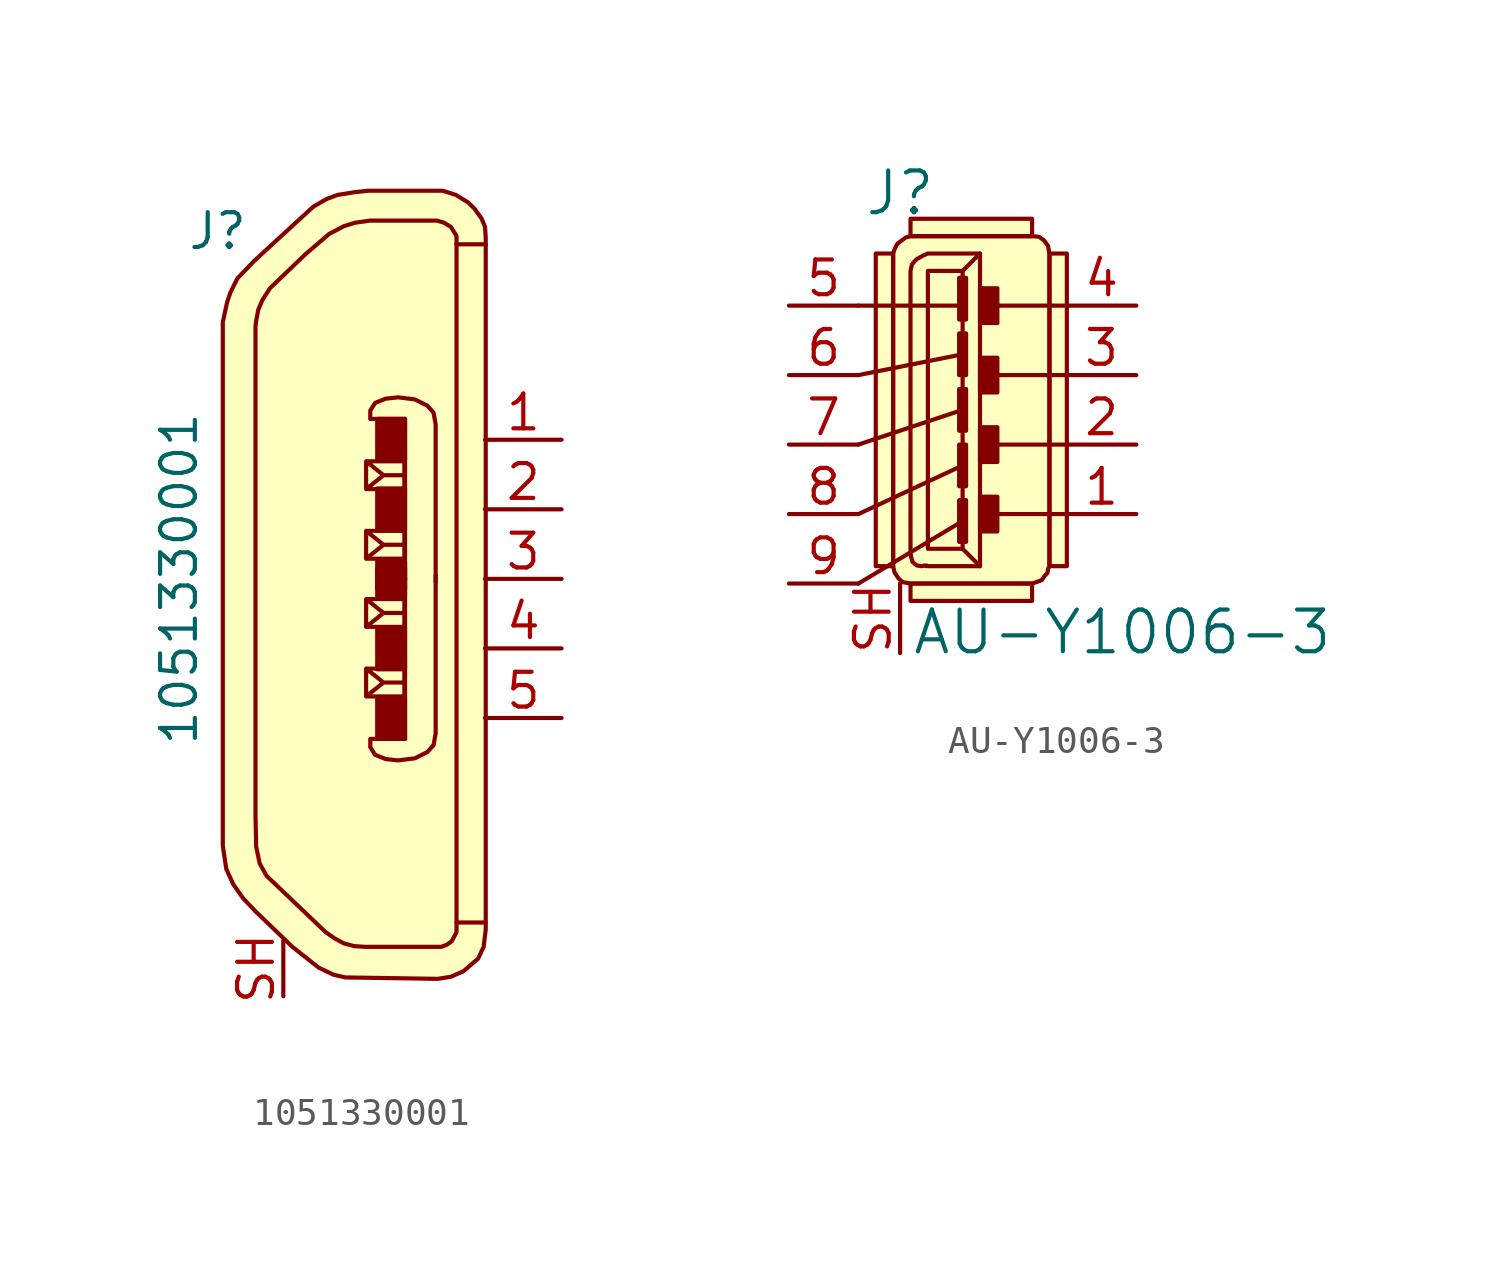
<source format=kicad_sym>
(kicad_symbol_lib
  (version 20220914)
  (generator kicad_symbol_editor)
  (symbol "1051330001"
    (pin_names
      (offset 1.016))
    (property "Reference" "J"
      (at -3.81 12.7 0)
      (effects (font (size 1.27 1.27)) (justify right)))
    (property "Value" "1051330001"
      (at -6.35 0 90)
      (effects (font (size 1.27 1.27))))
    (symbol "1051330001_1_1"
      (polyline (pts (xy 3.785 12.243) (xy 3.785 -12.548)) (stroke (width 0) (type solid)) (fill (type none)))
      (polyline (pts (xy 0.483 -4.293) (xy 0.483 -3.277) (xy 1.88 -3.277) (xy 1.88 -4.293) (xy 0.483 -4.293) (xy 1.118 -3.785) (xy 0.483 -3.277) (xy 1.88 -3.277) (xy 1.88 -3.785) (xy 1.118 -3.785)) (stroke (width 0) (type solid)) (fill (type none)))
      (polyline (pts (xy 0.483 -1.753) (xy 0.483 -0.737) (xy 1.88 -0.737) (xy 1.88 -1.753) (xy 0.483 -1.753) (xy 1.118 -1.245) (xy 0.483 -0.737) (xy 1.88 -0.737) (xy 1.88 -1.245) (xy 1.118 -1.245)) (stroke (width 0) (type solid)) (fill (type none)))
      (polyline (pts (xy 0.483 1.753) (xy 0.483 0.737) (xy 1.88 0.737) (xy 1.88 1.753) (xy 0.483 1.753) (xy 1.118 1.245) (xy 0.483 0.737) (xy 1.88 0.737) (xy 1.88 1.245) (xy 1.118 1.245)) (stroke (width 0) (type solid)) (fill (type none)))
      (polyline (pts (xy 0.483 4.293) (xy 0.483 3.277) (xy 1.88 3.277) (xy 1.88 4.293) (xy 0.483 4.293) (xy 1.118 3.785) (xy 0.483 3.277) (xy 1.88 3.277) (xy 1.88 3.785) (xy 1.118 3.785)) (stroke (width 0) (type solid)) (fill (type none)))
      (polyline (pts (xy 1.905 -0.025) (xy 1.905 5.842) (xy 0.635 5.842) (xy 0.635 6.147) (xy 0.813 6.426) (xy 1.194 6.579) (xy 1.651 6.629) (xy 2.261 6.553) (xy 2.718 6.325) (xy 2.946 6.071) (xy 3.023 5.639) (xy 3.023 4.801) (xy 3.023 -0.127)) (stroke (width 0) (type solid)) (fill (type none)))
      (polyline (pts (xy 1.905 0.025) (xy 1.905 -5.842) (xy 0.635 -5.842) (xy 0.635 -6.147) (xy 0.813 -6.426) (xy 1.194 -6.579) (xy 1.651 -6.629) (xy 2.261 -6.553) (xy 2.718 -6.325) (xy 2.946 -6.071) (xy 3.023 -5.639) (xy 3.023 -4.801) (xy 3.023 0.127)) (stroke (width 0) (type solid)) (fill (type none)))
      (polyline (pts (xy 4.851 -12.548) (xy 3.835 -12.548) (xy 3.785 -12.548) (xy 3.785 -12.903) (xy 3.607 -13.233) (xy 3.429 -13.36) (xy 3.226 -13.437) (xy 0.457 -13.437) (xy 0.051 -13.411) (xy -0.33 -13.31) (xy -0.66 -13.132) (xy -0.991 -12.903) (xy -3.15 -10.846) (xy -3.404 -10.389) (xy -3.531 -9.779) (xy -3.556 -8.636) (xy -3.556 9.22) (xy -3.531 9.423) (xy -3.454 9.83) (xy -3.302 10.185) (xy -3.023 10.617) (xy -1.753 11.836) (xy -0.864 12.598) (xy -0.33 12.878) (xy 0.076 13.005) (xy 0.61 13.081) (xy 3.073 13.081) (xy 3.327 13.005) (xy 3.581 12.852) (xy 3.785 12.522) (xy 3.785 12.217) (xy 4.851 12.217)) (stroke (width 0) (type solid)) (fill (type none)))
      (polyline (pts (xy 4.851 -11.481) (xy 4.851 -12.802) (xy 4.775 -13.437) (xy 4.572 -13.868) (xy 4.039 -14.326) (xy 3.581 -14.529) (xy 3.099 -14.605) (xy -0.279 -14.554) (xy -0.711 -14.453) (xy -1.245 -14.199) (xy -2.21 -13.437) (xy -3.556 -12.141) (xy -4.013 -11.659) (xy -4.369 -11.151) (xy -4.623 -10.592) (xy -4.75 -9.754) (xy -4.75 9.373) (xy -4.597 10.084) (xy -4.47 10.465) (xy -4.216 10.973) (xy -3.607 11.608) (xy -1.448 13.589) (xy -0.965 13.868) (xy -0.559 14.021) (xy 0.076 14.122) (xy 0.559 14.173) (xy 3.277 14.173) (xy 3.759 14.021) (xy 4.216 13.741) (xy 4.445 13.513) (xy 4.699 13.157) (xy 4.826 12.852) (xy 4.851 12.446) (xy 4.851 -11.506)) (stroke (width 0) (type solid)) (fill (type background)))
      (rectangle (start 0.889 -4.318) (end 1.905 -5.842) (stroke (width 0) (type solid)) (fill (type outline)))
      (rectangle (start 0.889 -3.302) (end 1.905 -1.778) (stroke (width 0) (type solid)) (fill (type outline)))
      (rectangle (start 0.889 -0.635) (end 1.905 0.381) (stroke (width 0) (type solid)) (fill (type outline)))
      (rectangle (start 0.889 0.635) (end 1.905 -0.381) (stroke (width 0) (type solid)) (fill (type outline)))
      (rectangle (start 0.889 3.302) (end 1.905 1.778) (stroke (width 0) (type solid)) (fill (type outline)))
      (rectangle (start 0.889 4.318) (end 1.905 5.842) (stroke (width 0) (type solid)) (fill (type outline)))
      (pin passive line (at 7.62 5.08 180) (length 2.794) (name "~" (effects (font (size 1.27 1.27)))) (number "1" (effects (font (size 1.27 1.27)))))
      (pin passive line (at 7.62 2.54 180) (length 2.794) (name "~" (effects (font (size 1.27 1.27)))) (number "2" (effects (font (size 1.27 1.27)))))
      (pin passive line (at 7.62 0 180) (length 2.794) (name "~" (effects (font (size 1.27 1.27)))) (number "3" (effects (font (size 1.27 1.27)))))
      (pin passive line (at 7.62 -2.54 180) (length 2.794) (name "~" (effects (font (size 1.27 1.27)))) (number "4" (effects (font (size 1.27 1.27)))))
      (pin passive line (at 7.62 -5.08 180) (length 2.794) (name "~" (effects (font (size 1.27 1.27)))) (number "5" (effects (font (size 1.27 1.27)))))
      (pin passive line (at -2.54 -15.24 90) (length 2.032) (name "~" (effects (font (size 1.27 1.27)))) (number "SH" (effects (font (size 1.27 1.27)))))))
  (symbol "AU-Y1006-3"
    (pin_names
      (offset 1.016))
    (property "Reference" "J"
      (at -1.016 9.195 0)
      (effects (font (size 1.524 1.524))))
    (property "Value" "AU-Y1006-3"
      (at 7.112 -6.858 0)
      (effects (font (size 1.524 1.524))))
    (symbol "AU-Y1006-3_0_1"
      (rectangle (start -1.27 -4.445) (end -1.905 6.985) (stroke (width 0) (type solid)) (fill (type background)))
      (polyline (pts (xy -2.54 -5.08) (xy 1.27 -2.794)) (stroke (width 0) (type solid)) (fill (type none)))
      (polyline (pts (xy -2.54 -2.54) (xy 1.27 -0.762)) (stroke (width 0) (type solid)) (fill (type none)))
      (polyline (pts (xy -2.54 0) (xy 1.27 1.27)) (stroke (width 0) (type solid)) (fill (type none)))
      (polyline (pts (xy -2.54 2.54) (xy 1.27 3.302)) (stroke (width 0) (type solid)) (fill (type none)))
      (polyline (pts (xy -2.54 5.08) (xy 1.27 5.08)) (stroke (width 0) (type solid)) (fill (type none)))
      (polyline (pts (xy 1.27 -3.81) (xy 1.905 -4.445)) (stroke (width 0) (type solid)) (fill (type none)))
      (polyline (pts (xy 1.27 6.35) (xy 1.905 6.985)) (stroke (width 0) (type solid)) (fill (type none)))
      (polyline (pts (xy 5.08 -2.54) (xy 2.54 -2.54)) (stroke (width 0) (type solid)) (fill (type none)))
      (polyline (pts (xy 5.08 0) (xy 2.54 0)) (stroke (width 0) (type solid)) (fill (type none)))
      (polyline (pts (xy 5.08 2.54) (xy 2.54 2.54)) (stroke (width 0) (type solid)) (fill (type none)))
      (polyline (pts (xy 5.08 5.08) (xy 2.54 5.08)) (stroke (width 0) (type solid)) (fill (type none)))
      (polyline (pts (xy -0.635 6.35) (xy -0.635 -3.81) (xy -0.635 -3.988) (xy -0.61 -4.115) (xy -0.559 -4.293) (xy -0.406 -4.42) (xy -0.229 -4.445) (xy -0.127 -4.42) (xy -0.076 -4.445) (xy -0.051 -4.42) (xy 0 -4.445) (xy 1.905 -4.445) (xy 1.905 6.985) (xy 0 6.985) (xy -0.178 6.909) (xy -0.406 6.782) (xy -0.508 6.68) (xy -0.584 6.579) (xy -0.635 6.35)) (stroke (width 0) (type solid)) (fill (type none)))
      (polyline (pts (xy -0.635 -5.08) (xy 3.81 -5.08) (xy 3.962 -5.029) (xy 4.166 -4.953) (xy 4.267 -4.801) (xy 4.369 -4.699) (xy 4.394 -4.547) (xy 4.445 -4.445) (xy 4.445 6.985) (xy 4.42 7.087) (xy 4.42 7.112) (xy 4.394 7.264) (xy 4.242 7.468) (xy 4.064 7.595) (xy 3.81 7.62) (xy -0.635 7.62) (xy -0.813 7.569) (xy -1.118 7.341) (xy -1.219 7.137) (xy -1.27 6.985) (xy -1.27 -4.445) (xy -1.219 -4.674) (xy -1.067 -4.902) (xy -0.914 -5.029) (xy -0.635 -5.08)) (stroke (width 0) (type solid)) (fill (type background)))
      (rectangle (start 1.27 6.35) (end 0 -3.81) (stroke (width 0) (type solid)) (fill (type none)))
      (rectangle (start 1.397 -3.556) (end 1.143 -2.032) (stroke (width 0) (type solid)) (fill (type outline)))
      (rectangle (start 1.397 -1.524) (end 1.143 0) (stroke (width 0) (type solid)) (fill (type outline)))
      (rectangle (start 1.397 0.508) (end 1.143 2.032) (stroke (width 0) (type solid)) (fill (type outline)))
      (rectangle (start 1.397 2.54) (end 1.143 4.064) (stroke (width 0) (type solid)) (fill (type outline)))
      (rectangle (start 1.397 4.572) (end 1.143 6.096) (stroke (width 0) (type solid)) (fill (type outline)))
      (rectangle (start 2.54 -1.905) (end 1.905 -3.175) (stroke (width 0) (type solid)) (fill (type outline)))
      (rectangle (start 2.54 0.635) (end 1.905 -0.635) (stroke (width 0) (type solid)) (fill (type outline)))
      (rectangle (start 2.54 3.175) (end 1.905 1.905) (stroke (width 0) (type solid)) (fill (type outline)))
      (rectangle (start 2.54 4.445) (end 1.905 5.715) (stroke (width 0) (type solid)) (fill (type outline)))
      (rectangle (start 3.81 -5.08) (end -0.635 -5.715) (stroke (width 0) (type solid)) (fill (type background)))
      (rectangle (start 3.81 7.62) (end -0.635 8.255) (stroke (width 0) (type solid)) (fill (type background)))
      (rectangle (start 4.445 6.985) (end 5.08 -4.445) (stroke (width 0) (type solid)) (fill (type background))))
    (symbol "AU-Y1006-3_1_1"
      (pin passive line (at 7.62 -2.54 180) (length 2.54) (name "~" (effects (font (size 1.27 1.27)))) (number "1" (effects (font (size 1.27 1.27)))))
      (pin passive line (at 7.62 0 180) (length 2.54) (name "~" (effects (font (size 1.27 1.27)))) (number "2" (effects (font (size 1.27 1.27)))))
      (pin passive line (at 7.62 2.54 180) (length 2.54) (name "~" (effects (font (size 1.27 1.27)))) (number "3" (effects (font (size 1.27 1.27)))))
      (pin passive line (at 7.62 5.08 180) (length 2.54) (name "~" (effects (font (size 1.27 1.27)))) (number "4" (effects (font (size 1.27 1.27)))))
      (pin passive line (at -5.08 5.08 0) (length 2.54) (name "~" (effects (font (size 1.27 1.27)))) (number "5" (effects (font (size 1.27 1.27)))))
      (pin passive line (at -5.08 2.54 0) (length 2.54) (name "~" (effects (font (size 1.27 1.27)))) (number "6" (effects (font (size 1.27 1.27)))))
      (pin passive line (at -5.08 0 0) (length 2.54) (name "~" (effects (font (size 1.27 1.27)))) (number "7" (effects (font (size 1.27 1.27)))))
      (pin passive line (at -5.08 -2.54 0) (length 2.54) (name "~" (effects (font (size 1.27 1.27)))) (number "8" (effects (font (size 1.27 1.27)))))
      (pin passive line (at -5.08 -5.08 0) (length 2.54) (name "~" (effects (font (size 1.27 1.27)))) (number "9" (effects (font (size 1.27 1.27)))))
      (pin passive line (at -1.016 -7.62 90) (length 2.54) (name "~" (effects (font (size 1.27 1.27)))) (number "SH" (effects (font (size 1.27 1.27))))))))
</source>
